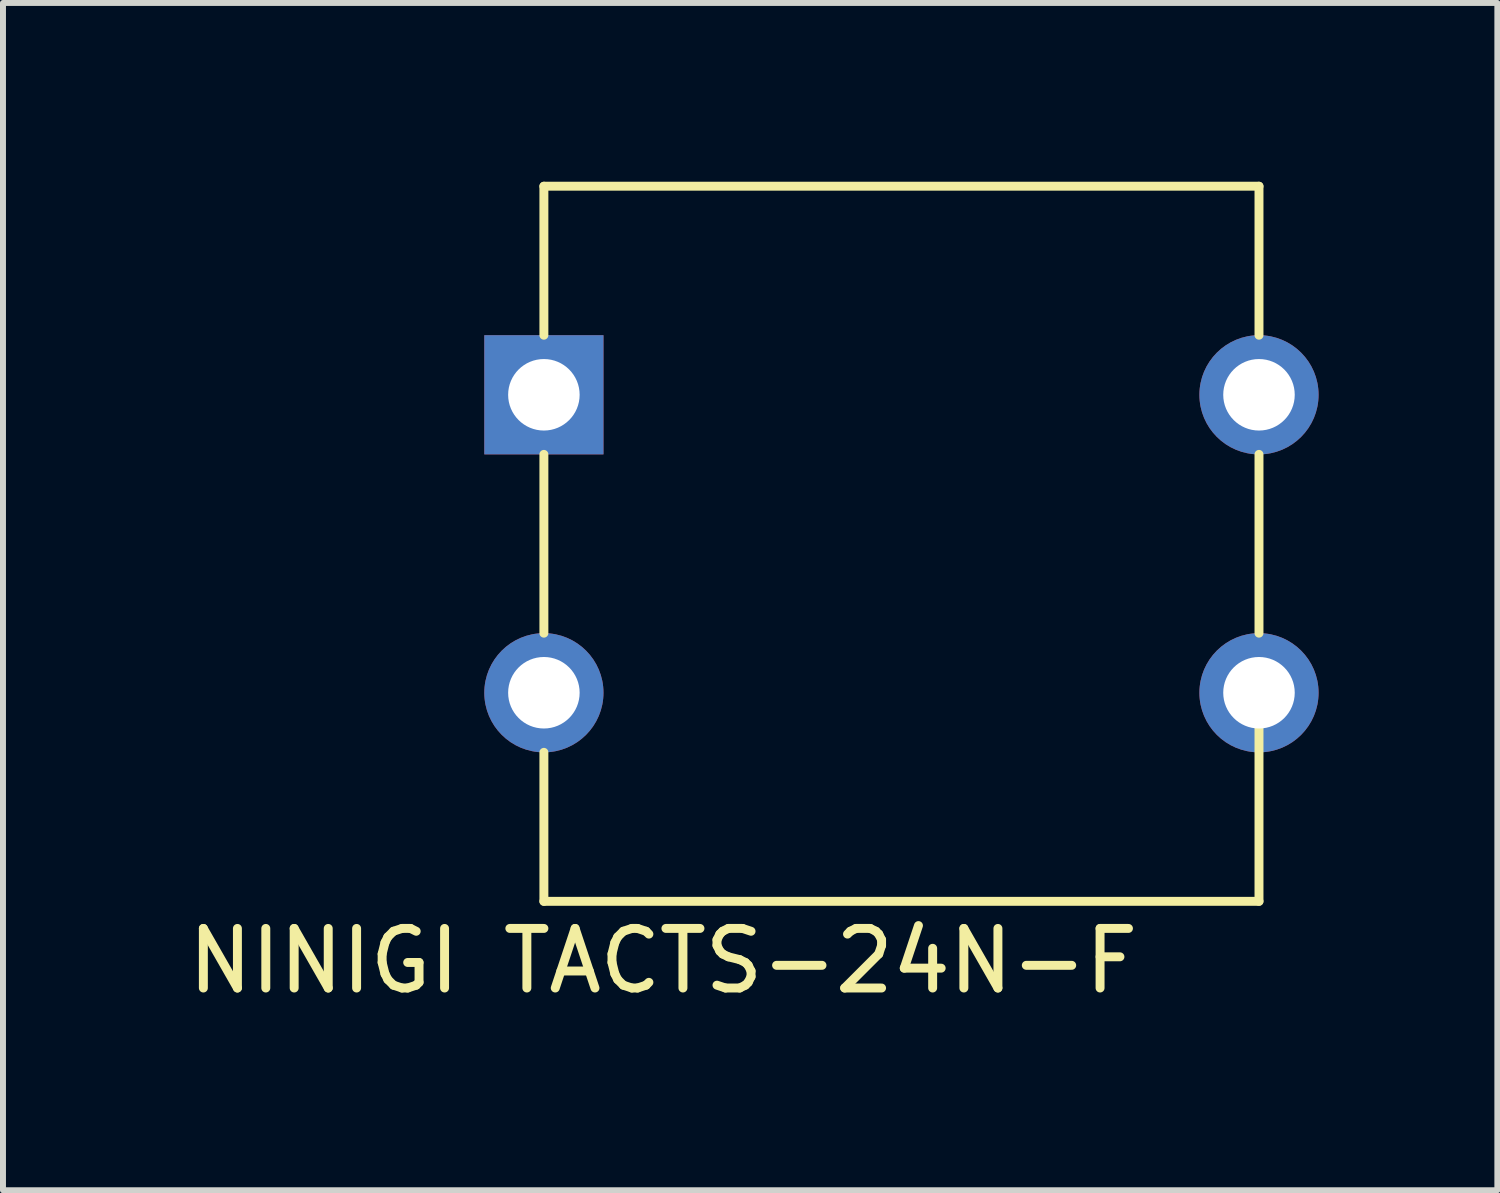
<source format=kicad_pcb>
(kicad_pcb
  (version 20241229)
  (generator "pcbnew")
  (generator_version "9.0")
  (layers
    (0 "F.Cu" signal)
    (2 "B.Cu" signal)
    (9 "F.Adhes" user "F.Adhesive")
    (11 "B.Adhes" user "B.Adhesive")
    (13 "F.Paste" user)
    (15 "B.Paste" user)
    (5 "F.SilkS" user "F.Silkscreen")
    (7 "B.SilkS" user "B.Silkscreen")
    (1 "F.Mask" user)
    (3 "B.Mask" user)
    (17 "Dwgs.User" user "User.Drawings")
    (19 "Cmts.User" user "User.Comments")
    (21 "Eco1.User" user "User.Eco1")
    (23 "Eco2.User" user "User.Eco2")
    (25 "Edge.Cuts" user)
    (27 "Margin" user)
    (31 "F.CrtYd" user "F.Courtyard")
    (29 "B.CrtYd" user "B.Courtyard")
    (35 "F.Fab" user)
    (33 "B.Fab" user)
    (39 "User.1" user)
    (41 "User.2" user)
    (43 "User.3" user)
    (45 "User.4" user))
  (footprint "NINIGI TACTS-24N-F"
    (layer "F.Cu")
    (at 6.077 3.575)
    (property "Reference" "NINIGI TACTS-24N-F" (at 2 9.5 0) (layer "F.SilkS") (effects (font (size 1 1) (thickness 0.15))))
    (attr through_hole)
    (fp_line (start 0 -1) (end 0 -3.5) (stroke (width 0.15) (type solid)) (layer "F.SilkS"))
    (fp_line (start 0 1) (end 0 4) (stroke (width 0.15) (type solid)) (layer "F.SilkS"))
    (fp_line (start 0 8.5) (end 0 6) (stroke (width 0.15) (type solid)) (layer "F.SilkS"))
    (fp_line (start 0 8.5) (end 12 8.5) (stroke (width 0.15) (type solid)) (layer "F.SilkS"))
    (fp_line (start 12 -3.5) (end 0 -3.5) (stroke (width 0.15) (type solid)) (layer "F.SilkS"))
    (fp_line (start 12 -3.5) (end 12 -1) (stroke (width 0.15) (type solid)) (layer "F.SilkS"))
    (fp_line (start 12 1) (end 12 4) (stroke (width 0.15) (type solid)) (layer "F.SilkS"))
    (fp_line (start 12 5.5) (end 12 8.5) (stroke (width 0.15) (type solid)) (layer "F.SilkS"))
    (pad "1" thru_hole rect (at 0 0) (size 2 2) (drill 1.2) (layers "*.Cu" "*.Mask"))
    (pad "2" thru_hole circle (at 12 0) (size 2 2) (drill 1.2) (layers "*.Cu" "*.Mask"))
    (pad "3" thru_hole circle (at 0 5) (size 2 2) (drill 1.2) (layers "*.Cu" "*.Mask"))
    (pad "4" thru_hole circle (at 12 5) (size 2 2) (drill 1.2) (layers "*.Cu" "*.Mask")))
  (gr_rect
    (start -3 -3)
    (end 22.077 16.923)
    (stroke (width 0.1) (type default))
    (fill no)
    (layer "Edge.Cuts")))
</source>
